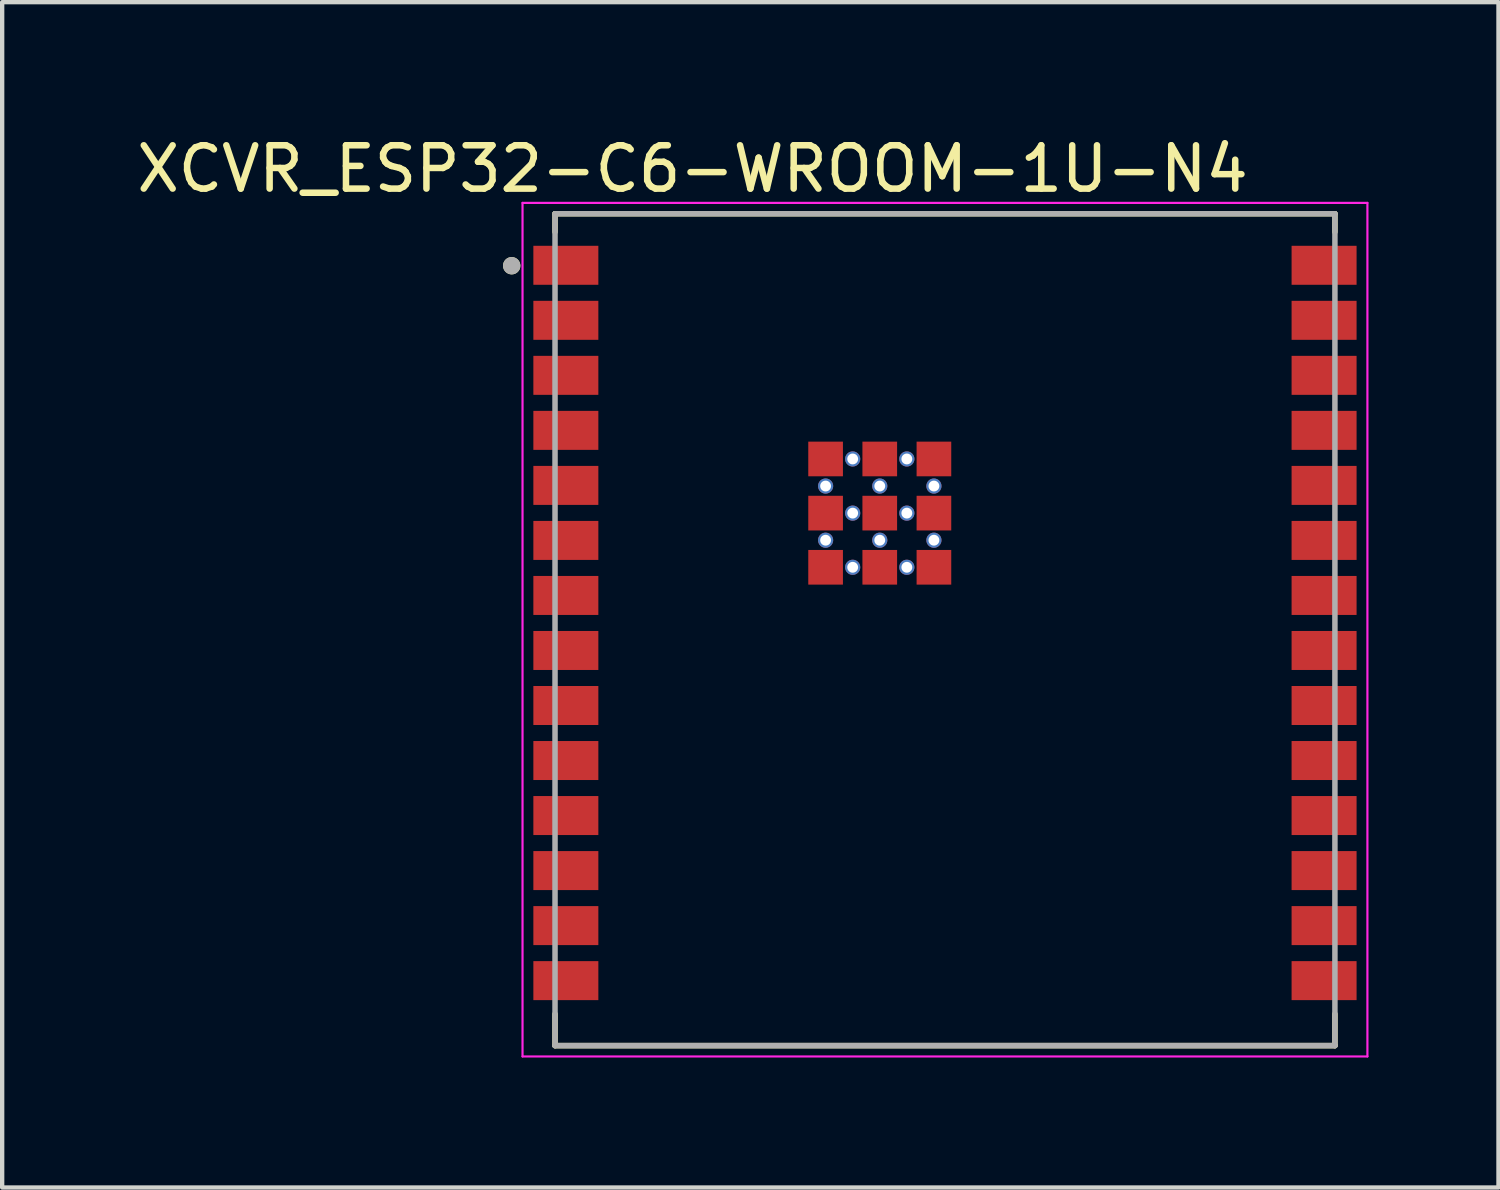
<source format=kicad_pcb>
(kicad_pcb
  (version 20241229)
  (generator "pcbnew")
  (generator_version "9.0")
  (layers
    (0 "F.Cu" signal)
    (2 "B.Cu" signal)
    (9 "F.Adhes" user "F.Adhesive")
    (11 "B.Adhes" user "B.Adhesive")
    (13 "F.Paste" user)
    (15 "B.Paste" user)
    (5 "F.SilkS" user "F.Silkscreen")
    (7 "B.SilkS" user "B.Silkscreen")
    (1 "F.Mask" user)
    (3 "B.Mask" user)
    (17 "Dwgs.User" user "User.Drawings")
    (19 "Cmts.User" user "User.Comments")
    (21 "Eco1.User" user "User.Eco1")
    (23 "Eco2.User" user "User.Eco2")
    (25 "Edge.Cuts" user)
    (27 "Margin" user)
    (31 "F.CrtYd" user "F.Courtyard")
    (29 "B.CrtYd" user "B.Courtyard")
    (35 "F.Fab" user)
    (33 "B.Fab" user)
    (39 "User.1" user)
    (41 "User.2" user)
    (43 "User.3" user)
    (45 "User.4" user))
  (footprint "XCVR_ESP32-C6-WROOM-1U-N4"
    (layer "F.Cu")
    (at 18.76 11.483)
    (property "Reference" "XCVR_ESP32-C6-WROOM-1U-N4" (at -5.825 -10.635 0) (layer "F.SilkS") (effects (font (size 1 1) (thickness 0.15))))
    (attr smd)
    (fp_line (start -9 -9.6) (end 9 -9.6) (stroke (width 0.127) (type solid)) (layer "F.SilkS"))
    (fp_line (start -9 -9.18) (end -9 -9.6) (stroke (width 0.127) (type solid)) (layer "F.SilkS"))
    (fp_line (start -9 9.6) (end -9 8.87) (stroke (width 0.127) (type solid)) (layer "F.SilkS"))
    (fp_line (start -9 9.6) (end 9 9.6) (stroke (width 0.127) (type solid)) (layer "F.SilkS"))
    (fp_line (start 9 -9.6) (end 9 -9.18) (stroke (width 0.127) (type solid)) (layer "F.SilkS"))
    (fp_line (start 9 8.87) (end 9 9.6) (stroke (width 0.127) (type solid)) (layer "F.SilkS"))
    (fp_circle (center -10 -8.4) (end -9.9 -8.4) (stroke (width 0.2) (type solid)) (fill no) (layer "F.SilkS"))
    (fp_line (start -9.75 -9.85) (end -9.75 9.85) (stroke (width 0.05) (type solid)) (layer "F.CrtYd"))
    (fp_line (start -9.75 9.85) (end 9.75 9.85) (stroke (width 0.05) (type solid)) (layer "F.CrtYd"))
    (fp_line (start 9.75 -9.85) (end -9.75 -9.85) (stroke (width 0.05) (type solid)) (layer "F.CrtYd"))
    (fp_line (start 9.75 9.85) (end 9.75 -9.85) (stroke (width 0.05) (type solid)) (layer "F.CrtYd"))
    (fp_line (start -9 -9.6) (end 9 -9.6) (stroke (width 0.127) (type solid)) (layer "F.Fab"))
    (fp_line (start -9 9.6) (end -9 -9.6) (stroke (width 0.127) (type solid)) (layer "F.Fab"))
    (fp_line (start -9 9.6) (end 9 9.6) (stroke (width 0.127) (type solid)) (layer "F.Fab"))
    (fp_line (start 9 -9.6) (end 9 9.6) (stroke (width 0.127) (type solid)) (layer "F.Fab"))
    (fp_circle (center -10 -8.4) (end -9.9 -8.4) (stroke (width 0.2) (type solid)) (fill no) (layer "F.Fab"))
    (pad "1" smd rect (at -8.75 -8.41) (size 1.5 0.9) (layers "F.Cu" "F.Mask" "F.Paste"))
    (pad "2" smd rect (at -8.75 -7.14) (size 1.5 0.9) (layers "F.Cu" "F.Mask" "F.Paste"))
    (pad "3" smd rect (at -8.75 -5.87) (size 1.5 0.9) (layers "F.Cu" "F.Mask" "F.Paste"))
    (pad "4" smd rect (at -8.75 -4.6) (size 1.5 0.9) (layers "F.Cu" "F.Mask" "F.Paste"))
    (pad "5" smd rect (at -8.75 -3.33) (size 1.5 0.9) (layers "F.Cu" "F.Mask" "F.Paste"))
    (pad "6" smd rect (at -8.75 -2.06) (size 1.5 0.9) (layers "F.Cu" "F.Mask" "F.Paste"))
    (pad "7" smd rect (at -8.75 -0.79) (size 1.5 0.9) (layers "F.Cu" "F.Mask" "F.Paste"))
    (pad "8" smd rect (at -8.75 0.48) (size 1.5 0.9) (layers "F.Cu" "F.Mask" "F.Paste"))
    (pad "9" smd rect (at -8.75 1.75) (size 1.5 0.9) (layers "F.Cu" "F.Mask" "F.Paste"))
    (pad "10" smd rect (at -8.75 3.02) (size 1.5 0.9) (layers "F.Cu" "F.Mask" "F.Paste"))
    (pad "11" smd rect (at -8.75 4.29) (size 1.5 0.9) (layers "F.Cu" "F.Mask" "F.Paste"))
    (pad "12" smd rect (at -8.75 5.56) (size 1.5 0.9) (layers "F.Cu" "F.Mask" "F.Paste"))
    (pad "13" smd rect (at -8.75 6.83) (size 1.5 0.9) (layers "F.Cu" "F.Mask" "F.Paste"))
    (pad "14" smd rect (at -8.75 8.1) (size 1.5 0.9) (layers "F.Cu" "F.Mask" "F.Paste"))
    (pad "15" smd rect (at 8.75 8.1) (size 1.5 0.9) (layers "F.Cu" "F.Mask" "F.Paste"))
    (pad "16" smd rect (at 8.75 6.83) (size 1.5 0.9) (layers "F.Cu" "F.Mask" "F.Paste"))
    (pad "17" smd rect (at 8.75 5.56) (size 1.5 0.9) (layers "F.Cu" "F.Mask" "F.Paste"))
    (pad "18" smd rect (at 8.75 4.29) (size 1.5 0.9) (layers "F.Cu" "F.Mask" "F.Paste"))
    (pad "19" smd rect (at 8.75 3.02) (size 1.5 0.9) (layers "F.Cu" "F.Mask" "F.Paste"))
    (pad "20" smd rect (at 8.75 1.75) (size 1.5 0.9) (layers "F.Cu" "F.Mask" "F.Paste"))
    (pad "21" smd rect (at 8.75 0.48) (size 1.5 0.9) (layers "F.Cu" "F.Mask" "F.Paste"))
    (pad "22" smd rect (at 8.75 -0.79) (size 1.5 0.9) (layers "F.Cu" "F.Mask" "F.Paste"))
    (pad "23" smd rect (at 8.75 -2.06) (size 1.5 0.9) (layers "F.Cu" "F.Mask" "F.Paste"))
    (pad "24" smd rect (at 8.75 -3.33) (size 1.5 0.9) (layers "F.Cu" "F.Mask" "F.Paste"))
    (pad "25" smd rect (at 8.75 -4.6) (size 1.5 0.9) (layers "F.Cu" "F.Mask" "F.Paste"))
    (pad "26" smd rect (at 8.75 -5.87) (size 1.5 0.9) (layers "F.Cu" "F.Mask" "F.Paste"))
    (pad "27" smd rect (at 8.75 -7.14) (size 1.5 0.9) (layers "F.Cu" "F.Mask" "F.Paste"))
    (pad "28" smd rect (at 8.75 -8.41) (size 1.5 0.9) (layers "F.Cu" "F.Mask" "F.Paste"))
    (pad "29_1" smd rect (at -2.755 -3.94) (size 0.8 0.8) (layers "F.Cu" "F.Mask" "F.Paste"))
    (pad "29_2" smd rect (at -1.505 -3.94) (size 0.8 0.8) (layers "F.Cu" "F.Mask" "F.Paste"))
    (pad "29_3" smd rect (at -0.255 -3.94) (size 0.8 0.8) (layers "F.Cu" "F.Mask" "F.Paste"))
    (pad "29_4" smd rect (at -2.755 -2.69) (size 0.8 0.8) (layers "F.Cu" "F.Mask" "F.Paste"))
    (pad "29_5" smd rect (at -1.505 -2.69) (size 0.8 0.8) (layers "F.Cu" "F.Mask" "F.Paste"))
    (pad "29_6" smd rect (at -0.255 -2.69) (size 0.8 0.8) (layers "F.Cu" "F.Mask" "F.Paste"))
    (pad "29_7" smd rect (at -2.755 -1.44) (size 0.8 0.8) (layers "F.Cu" "F.Mask" "F.Paste"))
    (pad "29_8" smd rect (at -1.505 -1.44) (size 0.8 0.8) (layers "F.Cu" "F.Mask" "F.Paste"))
    (pad "29_9" smd rect (at -0.255 -1.44) (size 0.8 0.8) (layers "F.Cu" "F.Mask" "F.Paste"))
    (pad "30_1" thru_hole circle (at -2.13 -3.94) (size 0.35 0.35) (drill 0.25) (layers "*.Cu"))
    (pad "30_2" thru_hole circle (at -0.88 -3.94) (size 0.35 0.35) (drill 0.25) (layers "*.Cu"))
    (pad "30_3" thru_hole circle (at -2.755 -3.315) (size 0.35 0.35) (drill 0.25) (layers "*.Cu"))
    (pad "30_4" thru_hole circle (at -1.505 -3.315) (size 0.35 0.35) (drill 0.25) (layers "*.Cu"))
    (pad "30_5" thru_hole circle (at -0.255 -3.315) (size 0.35 0.35) (drill 0.25) (layers "*.Cu"))
    (pad "30_6" thru_hole circle (at -2.13 -2.69) (size 0.35 0.35) (drill 0.25) (layers "*.Cu"))
    (pad "30_7" thru_hole circle (at -0.88 -2.69) (size 0.35 0.35) (drill 0.25) (layers "*.Cu"))
    (pad "30_8" thru_hole circle (at -2.755 -2.065) (size 0.35 0.35) (drill 0.25) (layers "*.Cu"))
    (pad "30_9" thru_hole circle (at -1.505 -2.065) (size 0.35 0.35) (drill 0.25) (layers "*.Cu"))
    (pad "30_10" thru_hole circle (at -0.255 -2.065) (size 0.35 0.35) (drill 0.25) (layers "*.Cu"))
    (pad "30_11" thru_hole circle (at -2.13 -1.44) (size 0.35 0.35) (drill 0.25) (layers "*.Cu"))
    (pad "30_12" thru_hole circle (at -0.88 -1.44) (size 0.35 0.35) (drill 0.25) (layers "*.Cu")))
  (gr_rect
    (start -3 -3)
    (end 31.535 24.358)
    (stroke (width 0.1) (type default))
    (fill no)
    (layer "Edge.Cuts")))
</source>
